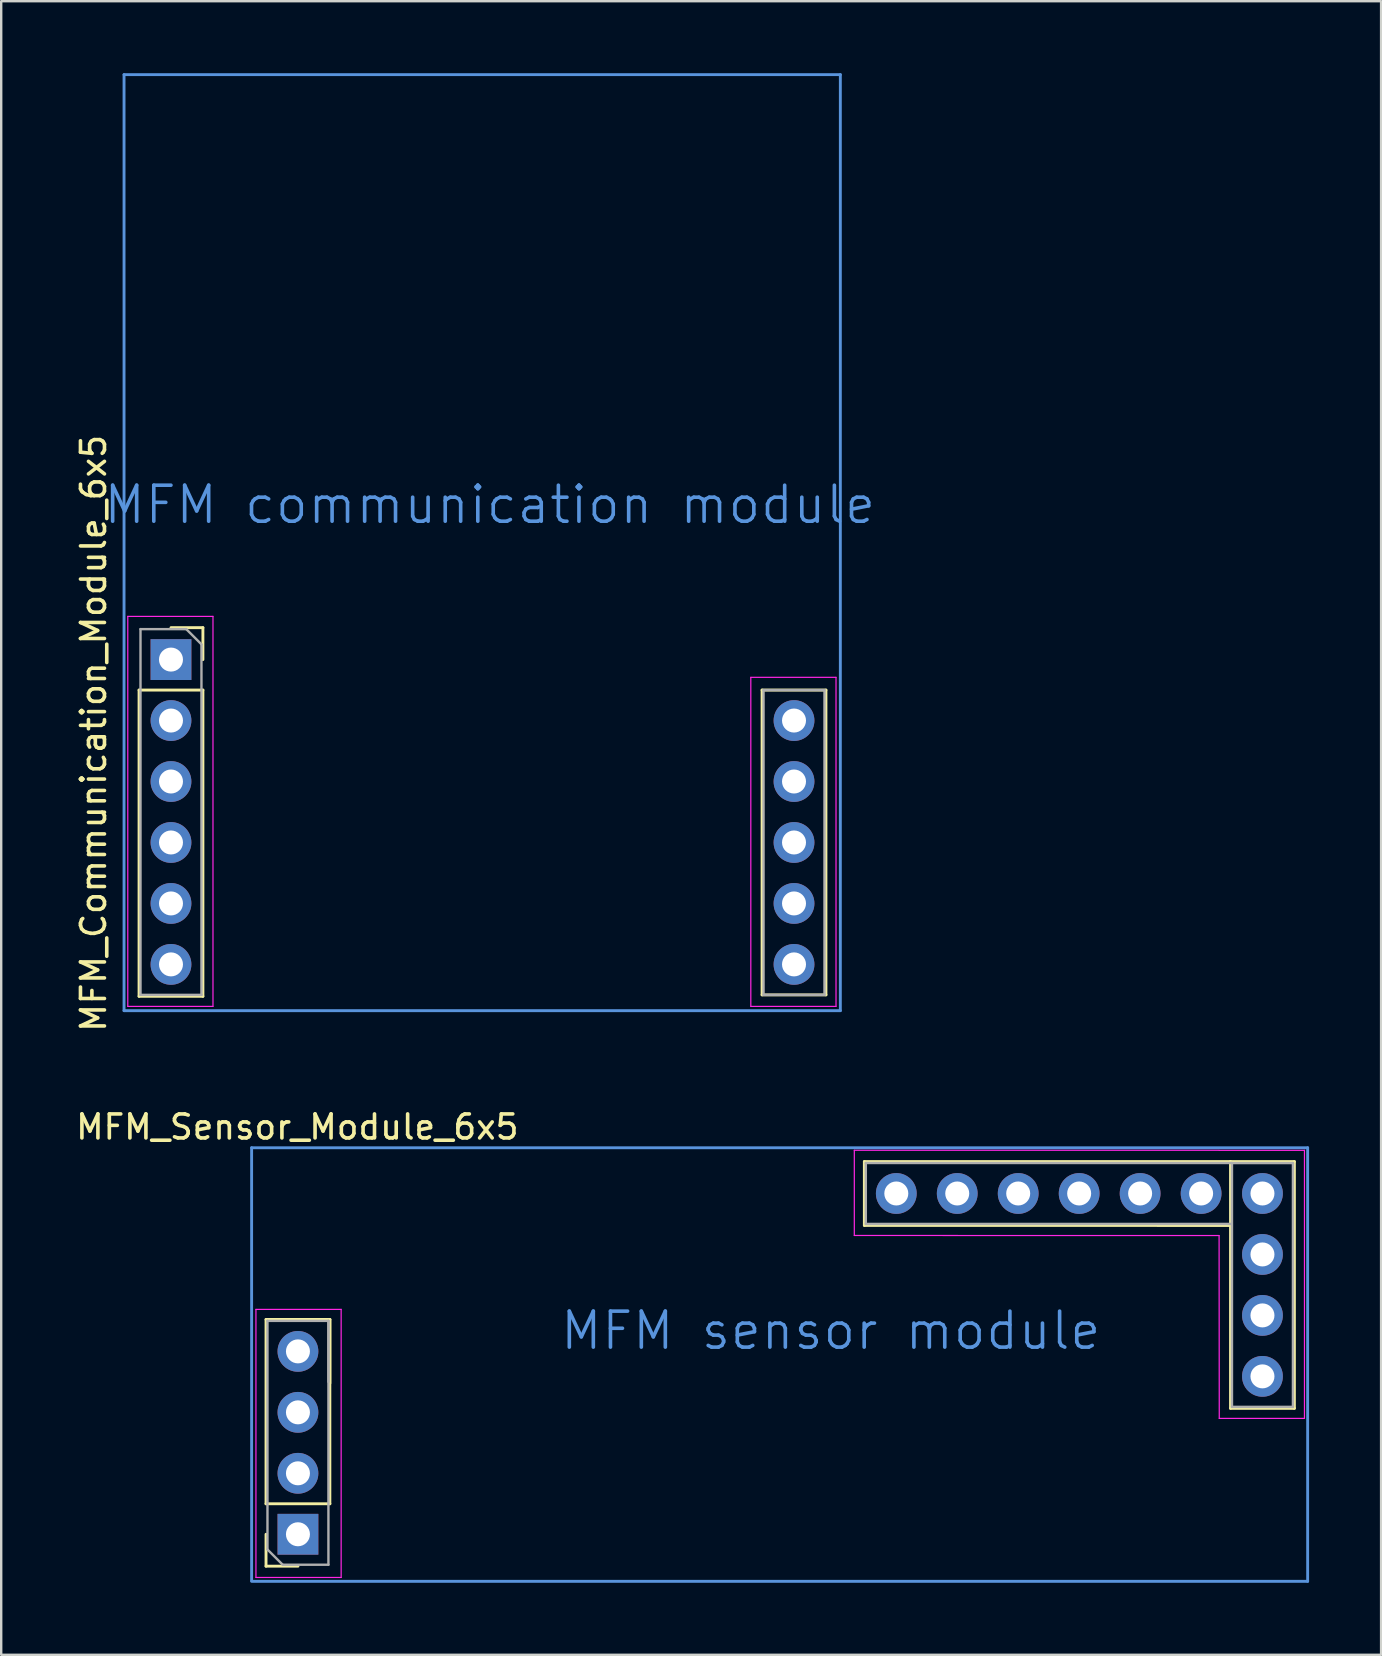
<source format=kicad_pcb>
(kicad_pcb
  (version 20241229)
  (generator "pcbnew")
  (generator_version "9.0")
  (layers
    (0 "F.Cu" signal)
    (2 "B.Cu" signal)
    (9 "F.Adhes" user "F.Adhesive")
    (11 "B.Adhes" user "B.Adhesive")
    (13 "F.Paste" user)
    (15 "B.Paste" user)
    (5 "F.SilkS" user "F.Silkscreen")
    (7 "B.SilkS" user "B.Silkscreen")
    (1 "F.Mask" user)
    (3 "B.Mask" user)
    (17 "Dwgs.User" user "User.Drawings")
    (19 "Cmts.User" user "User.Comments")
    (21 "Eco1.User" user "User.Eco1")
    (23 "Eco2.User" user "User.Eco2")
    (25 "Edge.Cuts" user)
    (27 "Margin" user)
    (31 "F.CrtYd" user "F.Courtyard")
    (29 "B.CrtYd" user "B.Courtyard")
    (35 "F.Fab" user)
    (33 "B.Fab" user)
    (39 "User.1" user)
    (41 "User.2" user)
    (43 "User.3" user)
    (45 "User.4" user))
  (footprint "MFM_Communication_Module_6x5"
    (layer "F.Cu")
    (at 4.023 23.06)
    (property "Reference" "MFM_Communication_Module_6x5" (at -3.175 4.445 90) (layer "F.SilkS") (effects (font (size 1 1) (thickness 0.15))))
    (attr through_hole)
    (fp_line (start -1.279 2.642) (end -1.279 15.402) (stroke (width 0.12) (type solid)) (layer "F.SilkS"))
    (fp_line (start -1.279 2.642) (end 1.381 2.642) (stroke (width 0.12) (type solid)) (layer "F.SilkS"))
    (fp_line (start -1.279 15.402) (end 1.381 15.402) (stroke (width 0.12) (type solid)) (layer "F.SilkS"))
    (fp_line (start 0.051 0.042) (end 1.381 0.042) (stroke (width 0.12) (type solid)) (layer "F.SilkS"))
    (fp_line (start 1.381 0.042) (end 1.381 1.372) (stroke (width 0.12) (type solid)) (layer "F.SilkS"))
    (fp_line (start 1.381 2.642) (end 1.381 15.402) (stroke (width 0.12) (type solid)) (layer "F.SilkS"))
    (fp_line (start 24.68 2.642) (end 24.68 15.342) (stroke (width 0.12) (type solid)) (layer "F.SilkS"))
    (fp_line (start 24.68 2.642) (end 27.34 2.642) (stroke (width 0.12) (type solid)) (layer "F.SilkS"))
    (fp_line (start 24.68 15.342) (end 27.34 15.342) (stroke (width 0.12) (type solid)) (layer "F.SilkS"))
    (fp_line (start 27.34 2.642) (end 27.34 15.342) (stroke (width 0.12) (type solid)) (layer "F.SilkS"))
    (fp_line (start -1.905 -23) (end 27.94 -23) (stroke (width 0.12) (type solid)) (layer "Cmts.User"))
    (fp_line (start -1.905 16) (end -1.905 -23) (stroke (width 0.12) (type solid)) (layer "Cmts.User"))
    (fp_line (start 27.94 -23) (end 27.94 16) (stroke (width 0.12) (type solid)) (layer "Cmts.User"))
    (fp_line (start 27.94 16) (end -1.905 16) (stroke (width 0.12) (type solid)) (layer "Cmts.User"))
    (fp_line (start -1.749 -0.428) (end 1.801 -0.428) (stroke (width 0.05) (type solid)) (layer "F.CrtYd"))
    (fp_line (start -1.749 15.822) (end -1.749 -0.428) (stroke (width 0.05) (type solid)) (layer "F.CrtYd"))
    (fp_line (start 1.801 -0.428) (end 1.801 15.822) (stroke (width 0.05) (type solid)) (layer "F.CrtYd"))
    (fp_line (start 1.801 15.822) (end -1.749 15.822) (stroke (width 0.05) (type solid)) (layer "F.CrtYd"))
    (fp_line (start 24.21 2.112) (end 27.76 2.112) (stroke (width 0.05) (type solid)) (layer "F.CrtYd"))
    (fp_line (start 24.21 15.822) (end 24.21 2.112) (stroke (width 0.05) (type solid)) (layer "F.CrtYd"))
    (fp_line (start 27.76 2.112) (end 27.76 15.822) (stroke (width 0.05) (type solid)) (layer "F.CrtYd"))
    (fp_line (start 27.76 15.822) (end 24.21 15.822) (stroke (width 0.05) (type solid)) (layer "F.CrtYd"))
    (fp_line (start -1.219 0.102) (end 0.686 0.102) (stroke (width 0.1) (type solid)) (layer "F.Fab"))
    (fp_line (start -1.219 15.342) (end -1.219 0.102) (stroke (width 0.1) (type solid)) (layer "F.Fab"))
    (fp_line (start 0.686 0.102) (end 1.321 0.737) (stroke (width 0.1) (type solid)) (layer "F.Fab"))
    (fp_line (start 1.321 0.737) (end 1.321 15.342) (stroke (width 0.1) (type solid)) (layer "F.Fab"))
    (fp_line (start 1.321 15.342) (end -1.219 15.342) (stroke (width 0.1) (type solid)) (layer "F.Fab"))
    (fp_line (start 24.74 2.642) (end 27.28 2.642) (stroke (width 0.1) (type solid)) (layer "F.Fab"))
    (fp_line (start 24.74 15.342) (end 24.74 2.642) (stroke (width 0.1) (type solid)) (layer "F.Fab"))
    (fp_line (start 27.28 2.642) (end 27.28 15.342) (stroke (width 0.1) (type solid)) (layer "F.Fab"))
    (fp_line (start 27.28 15.342) (end 24.74 15.342) (stroke (width 0.1) (type solid)) (layer "F.Fab"))
    (fp_text user "MFM communication module" (at 13.335 -5.08 0) (layer "Cmts.User") (effects (font (size 1.5 1.5) (thickness 0.15))))
    (pad "1" thru_hole rect (at 0.051 1.372) (size 1.7 1.7) (drill 1) (layers "*.Cu" "*.Mask"))
    (pad "2" thru_hole oval (at 0.051 3.912) (size 1.7 1.7) (drill 1) (layers "*.Cu" "*.Mask"))
    (pad "3" thru_hole oval (at 0.051 6.452) (size 1.7 1.7) (drill 1) (layers "*.Cu" "*.Mask"))
    (pad "4" thru_hole oval (at 0.051 8.992) (size 1.7 1.7) (drill 1) (layers "*.Cu" "*.Mask"))
    (pad "5" thru_hole oval (at 0.051 11.532) (size 1.7 1.7) (drill 1) (layers "*.Cu" "*.Mask"))
    (pad "6" thru_hole oval (at 0.051 14.072) (size 1.7 1.7) (drill 1) (layers "*.Cu" "*.Mask"))
    (pad "7" thru_hole oval (at 26.01 14.072) (size 1.7 1.7) (drill 1) (layers "*.Cu" "*.Mask"))
    (pad "8" thru_hole oval (at 26.01 11.532) (size 1.7 1.7) (drill 1) (layers "*.Cu" "*.Mask"))
    (pad "9" thru_hole oval (at 26.01 8.992) (size 1.7 1.7) (drill 1) (layers "*.Cu" "*.Mask"))
    (pad "10" thru_hole oval (at 26.01 6.452) (size 1.7 1.7) (drill 1) (layers "*.Cu" "*.Mask"))
    (pad "11" thru_hole circle (at 26.01 3.912) (size 1.7 1.7) (drill 1) (layers "*.Cu" "*.Mask")))
  (footprint "MFM_Sensor_Module_6x5"
    (layer "F.Cu")
    (at 9.339 46.677)
    (property "Reference" "MFM_Sensor_Module_6x5" (at 0 -2.77 0) (layer "F.SilkS") (effects (font (size 1 1) (thickness 0.15))))
    (attr through_hole)
    (fp_line (start -1.305 12.929) (end -1.305 5.249) (stroke (width 0.12) (type solid)) (layer "F.SilkS"))
    (fp_line (start -1.305 15.529) (end -1.305 14.199) (stroke (width 0.12) (type solid)) (layer "F.SilkS"))
    (fp_line (start 0.025 15.529) (end -1.305 15.529) (stroke (width 0.12) (type solid)) (layer "F.SilkS"))
    (fp_line (start 1.355 5.249) (end -1.305 5.249) (stroke (width 0.12) (type solid)) (layer "F.SilkS"))
    (fp_line (start 1.355 7.909) (end 1.355 5.249) (stroke (width 0.12) (type solid)) (layer "F.SilkS"))
    (fp_line (start 1.355 12.929) (end -1.305 12.929) (stroke (width 0.12) (type solid)) (layer "F.SilkS"))
    (fp_line (start 1.355 12.929) (end 1.355 5.249) (stroke (width 0.12) (type solid)) (layer "F.SilkS"))
    (fp_line (start 23.625 -1.33) (end 23.625 1.33) (stroke (width 0.12) (type solid)) (layer "F.SilkS"))
    (fp_line (start 38.862 1.333) (end 23.625 1.33) (stroke (width 0.12) (type solid)) (layer "F.SilkS"))
    (fp_line (start 38.865 -1.33) (end 23.625 -1.33) (stroke (width 0.12) (type solid)) (layer "F.SilkS"))
    (fp_line (start 38.882 -1.328) (end 38.882 8.952) (stroke (width 0.12) (type solid)) (layer "F.SilkS"))
    (fp_line (start 38.882 -1.328) (end 41.542 -1.328) (stroke (width 0.12) (type solid)) (layer "F.SilkS"))
    (fp_line (start 38.882 8.952) (end 41.542 8.952) (stroke (width 0.12) (type solid)) (layer "F.SilkS"))
    (fp_line (start 41.542 -1.328) (end 41.542 8.952) (stroke (width 0.12) (type solid)) (layer "F.SilkS"))
    (fp_line (start -1.905 -1.905) (end 42.095 -1.905) (stroke (width 0.12) (type solid)) (layer "Cmts.User"))
    (fp_line (start -1.905 16.129) (end -1.905 -1.905) (stroke (width 0.12) (type solid)) (layer "Cmts.User"))
    (fp_line (start 42.095 -1.905) (end 42.095 16.16) (stroke (width 0.12) (type solid)) (layer "Cmts.User"))
    (fp_line (start 42.095 16.16) (end -1.905 16.16) (stroke (width 0.12) (type solid)) (layer "Cmts.User"))
    (fp_line (start -1.725 4.829) (end 1.825 4.829) (stroke (width 0.05) (type solid)) (layer "F.CrtYd"))
    (fp_line (start -1.725 15.999) (end -1.725 4.829) (stroke (width 0.05) (type solid)) (layer "F.CrtYd"))
    (fp_line (start 1.825 4.829) (end 1.825 15.999) (stroke (width 0.05) (type solid)) (layer "F.CrtYd"))
    (fp_line (start 1.825 15.999) (end -1.725 15.999) (stroke (width 0.05) (type solid)) (layer "F.CrtYd"))
    (fp_line (start 23.206 -1.8) (end 38.395 -1.8) (stroke (width 0.05) (type solid)) (layer "F.CrtYd"))
    (fp_line (start 23.206 1.75) (end 23.206 -1.8) (stroke (width 0.05) (type solid)) (layer "F.CrtYd"))
    (fp_line (start 23.206 1.75) (end 38.405 1.753) (stroke (width 0.05) (type solid)) (layer "F.CrtYd"))
    (fp_line (start 38.412 -1.798) (end 41.962 -1.798) (stroke (width 0.05) (type solid)) (layer "F.CrtYd"))
    (fp_line (start 38.412 9.372) (end 38.405 1.753) (stroke (width 0.05) (type solid)) (layer "F.CrtYd"))
    (fp_line (start 41.962 -1.798) (end 41.962 9.372) (stroke (width 0.05) (type solid)) (layer "F.CrtYd"))
    (fp_line (start 41.962 9.372) (end 38.412 9.372) (stroke (width 0.05) (type solid)) (layer "F.CrtYd"))
    (fp_line (start -1.245 5.309) (end 1.295 5.309) (stroke (width 0.1) (type solid)) (layer "F.Fab"))
    (fp_line (start -1.245 14.834) (end -1.245 5.309) (stroke (width 0.1) (type solid)) (layer "F.Fab"))
    (fp_line (start -0.61 15.469) (end -1.245 14.834) (stroke (width 0.1) (type solid)) (layer "F.Fab"))
    (fp_line (start 1.295 5.309) (end 1.295 15.469) (stroke (width 0.1) (type solid)) (layer "F.Fab"))
    (fp_line (start 1.295 7.849) (end 1.295 5.309) (stroke (width 0.1) (type solid)) (layer "F.Fab"))
    (fp_line (start 1.295 15.469) (end -0.61 15.469) (stroke (width 0.1) (type solid)) (layer "F.Fab"))
    (fp_line (start 23.686 -1.27) (end 38.925 -1.27) (stroke (width 0.1) (type solid)) (layer "F.Fab"))
    (fp_line (start 23.686 1.27) (end 23.686 -1.27) (stroke (width 0.1) (type solid)) (layer "F.Fab"))
    (fp_line (start 38.925 1.27) (end 23.686 1.27) (stroke (width 0.1) (type solid)) (layer "F.Fab"))
    (fp_line (start 38.942 -1.268) (end 41.482 -1.268) (stroke (width 0.1) (type solid)) (layer "F.Fab"))
    (fp_line (start 38.942 8.892) (end 38.942 -1.268) (stroke (width 0.1) (type solid)) (layer "F.Fab"))
    (fp_line (start 41.482 -1.268) (end 41.482 8.892) (stroke (width 0.1) (type solid)) (layer "F.Fab"))
    (fp_line (start 41.482 8.892) (end 38.942 8.892) (stroke (width 0.1) (type solid)) (layer "F.Fab"))
    (fp_text user "MFM sensor module" (at 22.225 5.715 0) (layer "Cmts.User") (effects (font (size 1.5 1.5) (thickness 0.15))))
    (pad "1" thru_hole rect (at 0.025 14.199 180) (size 1.7 1.7) (drill 1) (layers "*.Cu" "*.Mask"))
    (pad "2" thru_hole oval (at 0.025 11.659 180) (size 1.7 1.7) (drill 1) (layers "*.Cu" "*.Mask"))
    (pad "3" thru_hole oval (at 0.025 9.119 180) (size 1.7 1.7) (drill 1) (layers "*.Cu" "*.Mask"))
    (pad "4" thru_hole oval (at 0.025 6.579 180) (size 1.7 1.7) (drill 1) (layers "*.Cu" "*.Mask"))
    (pad "5" thru_hole oval (at 24.956 0 270) (size 1.7 1.7) (drill 1) (layers "*.Cu" "*.Mask"))
    (pad "6" thru_hole oval (at 27.495 0 270) (size 1.7 1.7) (drill 1) (layers "*.Cu" "*.Mask"))
    (pad "7" thru_hole oval (at 30.035 0 270) (size 1.7 1.7) (drill 1) (layers "*.Cu" "*.Mask"))
    (pad "8" thru_hole oval (at 32.575 0 270) (size 1.7 1.7) (drill 1) (layers "*.Cu" "*.Mask"))
    (pad "9" thru_hole oval (at 35.115 0 270) (size 1.7 1.7) (drill 1) (layers "*.Cu" "*.Mask"))
    (pad "10" thru_hole circle (at 37.656 0 270) (size 1.7 1.7) (drill 1) (layers "*.Cu" "*.Mask"))
    (pad "11" thru_hole oval (at 40.212 0) (size 1.7 1.7) (drill 1) (layers "*.Cu" "*.Mask"))
    (pad "12" thru_hole oval (at 40.212 2.54) (size 1.7 1.7) (drill 1) (layers "*.Cu" "*.Mask"))
    (pad "13" thru_hole oval (at 40.212 5.08) (size 1.7 1.7) (drill 1) (layers "*.Cu" "*.Mask"))
    (pad "14" thru_hole oval (at 40.212 7.62) (size 1.7 1.7) (drill 1) (layers "*.Cu" "*.Mask")))
  (gr_rect
    (start -3 -3)
    (end 54.494 65.897)
    (stroke (width 0.1) (type default))
    (fill no)
    (layer "Edge.Cuts")))
</source>
